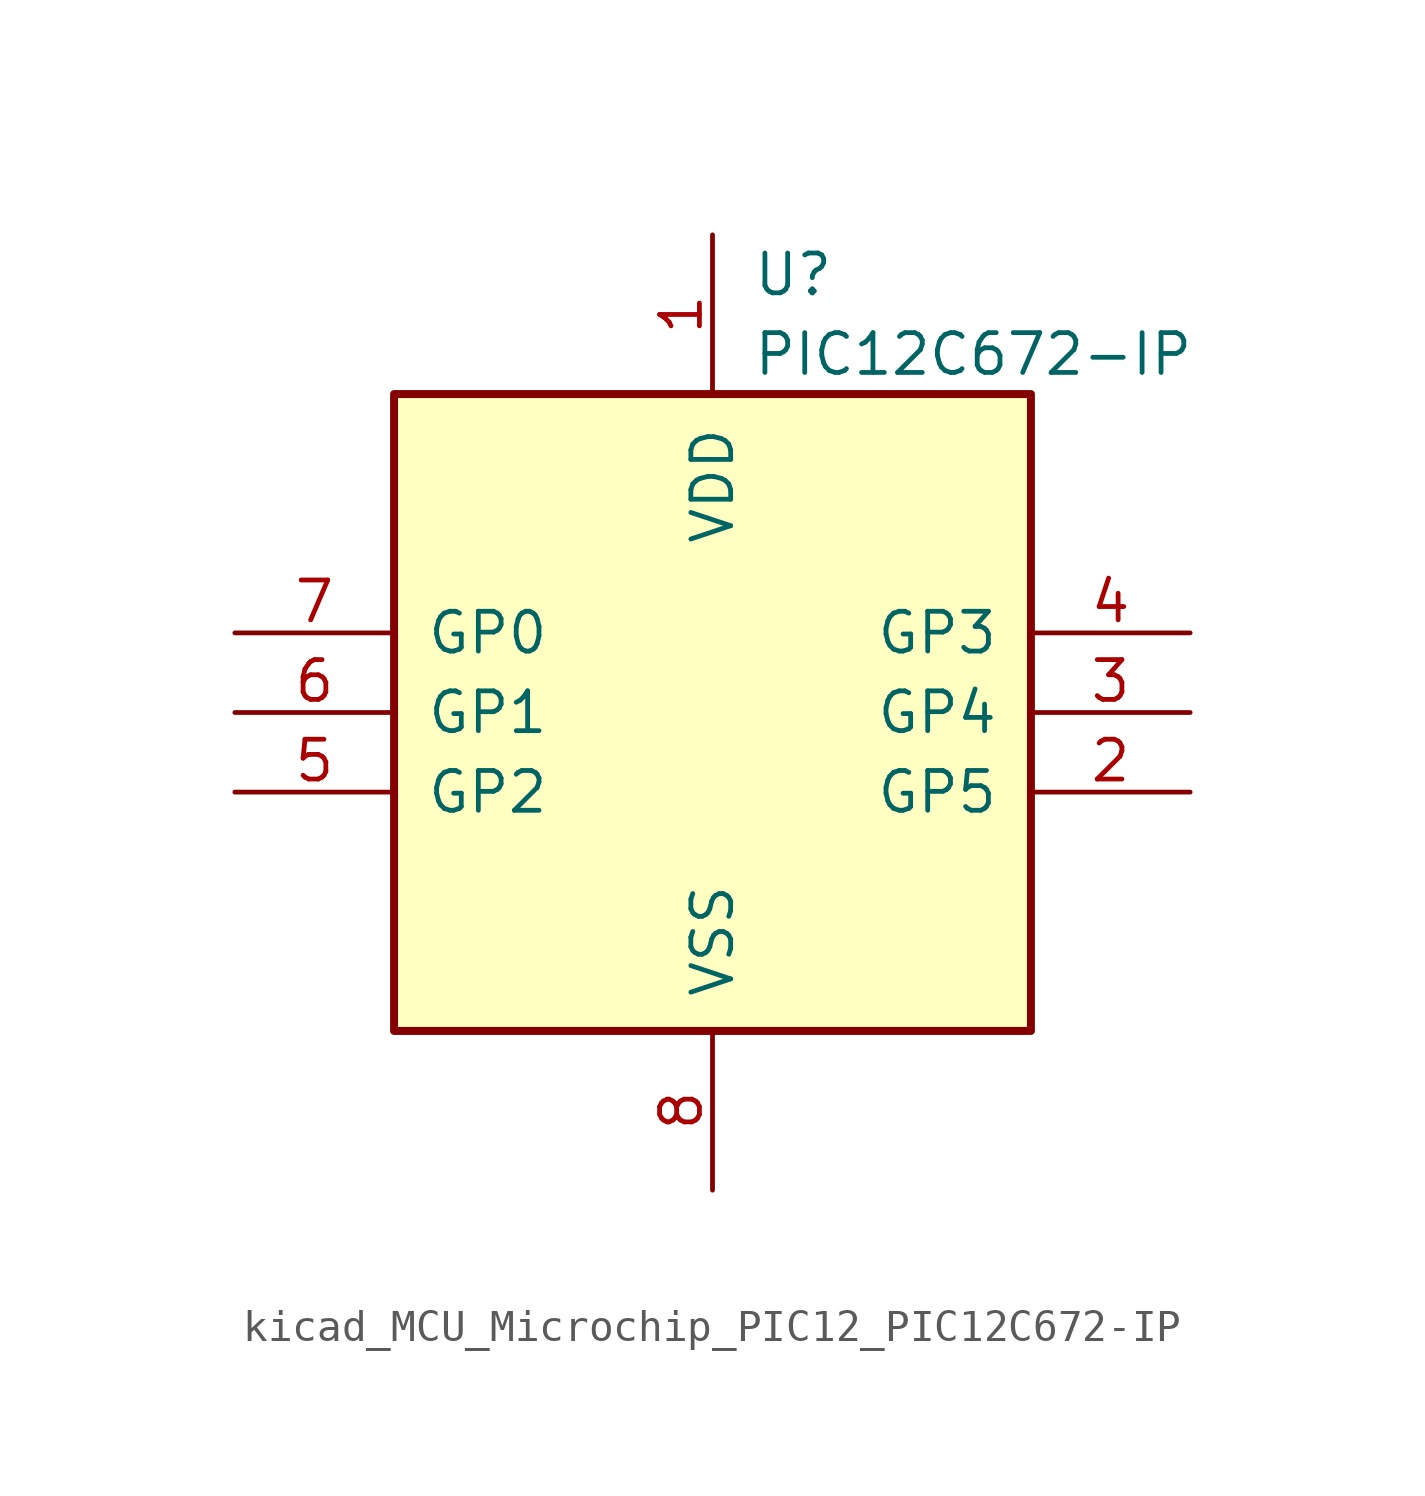
<source format=kicad_sym>
(kicad_symbol_lib
  (version 20220914)
  (generator kicad_symbol_editor)
  (symbol "kicad_MCU_Microchip_PIC12_PIC12C672-IP"
    (pin_names
      (offset 1.016))
    (property "Reference" "U"
      (at 1.27 13.97 0)
      (effects (font (size 1.27 1.27)) (justify left)))
    (property "Value" "PIC12C672-IP"
      (at 1.27 11.43 0)
      (effects (font (size 1.27 1.27)) (justify left)))
    (symbol "kicad_MCU_Microchip_PIC12_PIC12C672-IP_0_1"
      (rectangle (start 10.16 -10.16) (end -10.16 10.16) (stroke (width 0.254) (type default)) (fill (type background))))
    (symbol "kicad_MCU_Microchip_PIC12_PIC12C672-IP_1_1"
      (pin power_in line (at 0 15.24 270) (length 5.08) (name "VDD" (effects (font (size 1.27 1.27)))) (number "1" (effects (font (size 1.27 1.27)))))
      (pin bidirectional line (at 15.24 -2.54 180) (length 5.08) (name "GP5" (effects (font (size 1.27 1.27)))) (number "2" (effects (font (size 1.27 1.27)))))
      (pin bidirectional line (at 15.24 0 180) (length 5.08) (name "GP4" (effects (font (size 1.27 1.27)))) (number "3" (effects (font (size 1.27 1.27)))))
      (pin input line (at 15.24 2.54 180) (length 5.08) (name "GP3" (effects (font (size 1.27 1.27)))) (number "4" (effects (font (size 1.27 1.27)))))
      (pin bidirectional line (at -15.24 -2.54 0) (length 5.08) (name "GP2" (effects (font (size 1.27 1.27)))) (number "5" (effects (font (size 1.27 1.27)))))
      (pin bidirectional line (at -15.24 0 0) (length 5.08) (name "GP1" (effects (font (size 1.27 1.27)))) (number "6" (effects (font (size 1.27 1.27)))))
      (pin bidirectional line (at -15.24 2.54 0) (length 5.08) (name "GP0" (effects (font (size 1.27 1.27)))) (number "7" (effects (font (size 1.27 1.27)))))
      (pin power_in line (at 0 -15.24 90) (length 5.08) (name "VSS" (effects (font (size 1.27 1.27)))) (number "8" (effects (font (size 1.27 1.27))))))))
</source>
